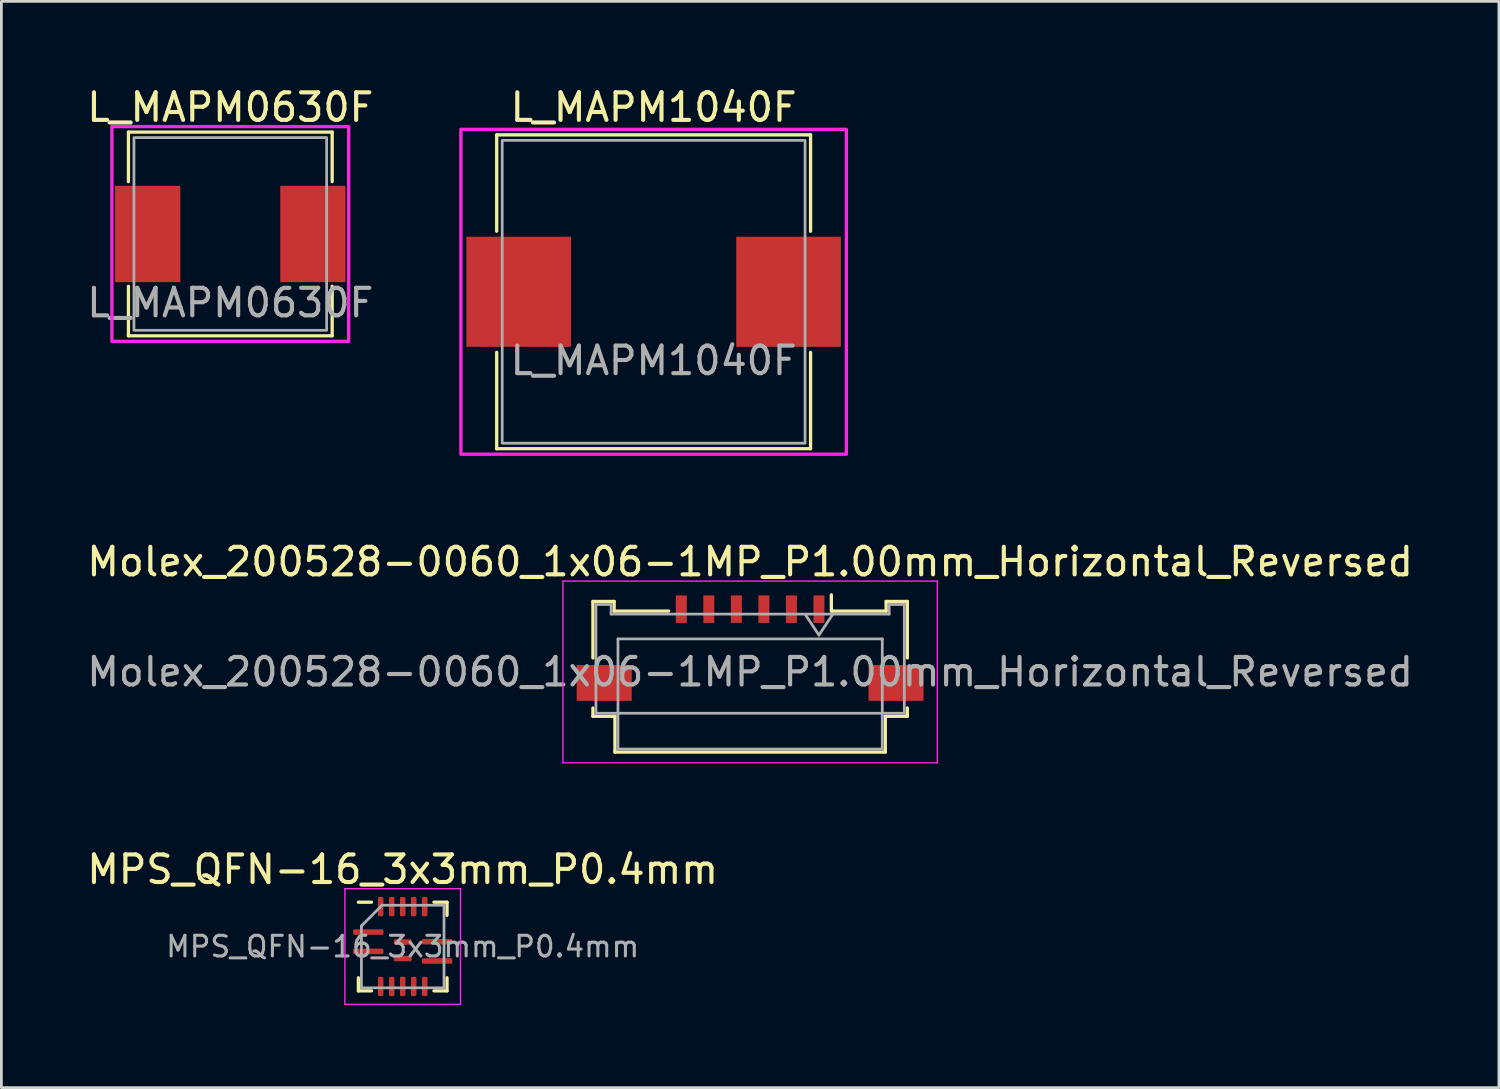
<source format=kicad_pcb>
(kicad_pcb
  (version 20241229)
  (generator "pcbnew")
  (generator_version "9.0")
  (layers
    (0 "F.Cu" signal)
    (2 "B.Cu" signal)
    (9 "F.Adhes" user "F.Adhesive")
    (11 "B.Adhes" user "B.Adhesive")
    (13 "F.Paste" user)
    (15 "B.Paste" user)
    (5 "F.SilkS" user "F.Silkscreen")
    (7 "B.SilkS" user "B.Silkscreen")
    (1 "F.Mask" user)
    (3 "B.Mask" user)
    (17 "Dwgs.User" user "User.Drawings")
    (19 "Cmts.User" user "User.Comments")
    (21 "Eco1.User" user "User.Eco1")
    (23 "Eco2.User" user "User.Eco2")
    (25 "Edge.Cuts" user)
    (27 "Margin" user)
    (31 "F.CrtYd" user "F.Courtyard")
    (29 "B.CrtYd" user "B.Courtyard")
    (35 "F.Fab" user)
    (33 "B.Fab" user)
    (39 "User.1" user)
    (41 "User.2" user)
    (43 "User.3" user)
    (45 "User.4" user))
  (footprint "L_MAPM0630F"
    (layer "F.Cu")
    (at 5.315 5.448)
    (property "Reference" "L_MAPM0630F" (at 0 -4.6 0) (unlocked yes) (layer "F.SilkS") (effects (font (size 1 1) (thickness 0.15))))
    (fp_line (start -3.7 -3.7) (end 3.7 -3.7) (stroke (width 0.12) (type solid)) (layer "F.SilkS"))
    (fp_line (start -3.7 -1.9) (end -3.7 -3.7) (stroke (width 0.12) (type solid)) (layer "F.SilkS"))
    (fp_line (start -3.7 1.9) (end -3.7 3.7) (stroke (width 0.12) (type solid)) (layer "F.SilkS"))
    (fp_line (start -3.7 3.7) (end 3.7 3.7) (stroke (width 0.12) (type solid)) (layer "F.SilkS"))
    (fp_line (start 3.7 -3.7) (end 3.7 -1.9) (stroke (width 0.12) (type solid)) (layer "F.SilkS"))
    (fp_line (start 3.7 3.7) (end 3.7 1.9) (stroke (width 0.12) (type solid)) (layer "F.SilkS"))
    (fp_rect (start -4.3 -3.9) (end 4.3 3.9) (stroke (width 0.12) (type solid)) (fill no) (layer "F.CrtYd"))
    (fp_rect (start -3.5 -3.5) (end 3.5 3.5) (stroke (width 0.1) (type solid)) (fill no) (layer "F.Fab"))
    (fp_text user "${REFERENCE}" (at 0 2.5 0) (unlocked yes) (layer "F.Fab") (effects (font (size 1 1) (thickness 0.15))))
    (pad "1" smd rect (at -3 0) (size 2.37 3.5) (layers "F.Cu" "F.Mask" "F.Paste"))
    (pad "2" smd rect (at 3 0) (size 2.37 3.5) (layers "F.Cu" "F.Mask" "F.Paste")))
  (footprint "Molex_200528-0060_1x06-1MP_P1.00mm_Horizontal_Reversed"
    (layer "F.Cu")
    (at 24.196 19.966)
    (property "Reference" "Molex_200528-0060_1x06-1MP_P1.00mm_Horizontal_Reversed" (at 0 -2.61 0) (layer "F.SilkS") (effects (font (size 1 1) (thickness 0.15))))
    (attr smd)
    (fp_line (start -5.71 -1.17) (end -5.71 0.88) (stroke (width 0.12) (type solid)) (layer "F.SilkS"))
    (fp_line (start -5.71 2.7) (end -5.71 3) (stroke (width 0.12) (type solid)) (layer "F.SilkS"))
    (fp_line (start -5.71 3) (end -4.91 3) (stroke (width 0.12) (type solid)) (layer "F.SilkS"))
    (fp_line (start -4.94 -1.17) (end -5.71 -1.17) (stroke (width 0.12) (type solid)) (layer "F.SilkS"))
    (fp_line (start -4.94 -0.82) (end -4.94 -1.17) (stroke (width 0.12) (type solid)) (layer "F.SilkS"))
    (fp_line (start -4.91 3) (end -4.91 4.3) (stroke (width 0.12) (type solid)) (layer "F.SilkS"))
    (fp_line (start -4.91 4.3) (end 4.91 4.3) (stroke (width 0.12) (type solid)) (layer "F.SilkS"))
    (fp_line (start -2.96 -0.82) (end -4.94 -0.82) (stroke (width 0.12) (type solid)) (layer "F.SilkS"))
    (fp_line (start 2.95 -1.41) (end 2.95 -0.82) (stroke (width 0.12) (type solid)) (layer "F.SilkS"))
    (fp_line (start 4.91 3) (end 5.71 3) (stroke (width 0.12) (type solid)) (layer "F.SilkS"))
    (fp_line (start 4.91 4.3) (end 4.91 3) (stroke (width 0.12) (type solid)) (layer "F.SilkS"))
    (fp_line (start 4.94 -1.17) (end 4.94 -0.82) (stroke (width 0.12) (type solid)) (layer "F.SilkS"))
    (fp_line (start 4.94 -0.82) (end 2.96 -0.82) (stroke (width 0.12) (type solid)) (layer "F.SilkS"))
    (fp_line (start 5.71 -1.17) (end 4.94 -1.17) (stroke (width 0.12) (type solid)) (layer "F.SilkS"))
    (fp_line (start 5.71 0.88) (end 5.71 -1.17) (stroke (width 0.12) (type solid)) (layer "F.SilkS"))
    (fp_line (start 5.71 3) (end 5.71 2.7) (stroke (width 0.12) (type solid)) (layer "F.SilkS"))
    (fp_line (start -6.8 -1.91) (end -6.8 4.69) (stroke (width 0.05) (type solid)) (layer "F.CrtYd"))
    (fp_line (start -6.8 4.69) (end 6.8 4.69) (stroke (width 0.05) (type solid)) (layer "F.CrtYd"))
    (fp_line (start 6.8 -1.91) (end -6.8 -1.91) (stroke (width 0.05) (type solid)) (layer "F.CrtYd"))
    (fp_line (start 6.8 4.69) (end 6.8 -1.91) (stroke (width 0.05) (type solid)) (layer "F.CrtYd"))
    (fp_line (start -5.6 -1.06) (end -5.6 2.89) (stroke (width 0.1) (type solid)) (layer "F.Fab"))
    (fp_line (start -5.6 2.89) (end 5.6 2.89) (stroke (width 0.1) (type solid)) (layer "F.Fab"))
    (fp_line (start -5.05 -1.06) (end -5.6 -1.06) (stroke (width 0.1) (type solid)) (layer "F.Fab"))
    (fp_line (start -5.05 -0.71) (end -5.05 -1.06) (stroke (width 0.1) (type solid)) (layer "F.Fab"))
    (fp_line (start -4.8 0.19) (end -4.8 4.19) (stroke (width 0.1) (type solid)) (layer "F.Fab"))
    (fp_line (start -4.8 4.19) (end 4.8 4.19) (stroke (width 0.1) (type solid)) (layer "F.Fab"))
    (fp_line (start 2 -0.7) (end 2.5 0.05) (stroke (width 0.1) (type solid)) (layer "F.Fab"))
    (fp_line (start 2.5 0.05) (end 3 -0.7) (stroke (width 0.1) (type solid)) (layer "F.Fab"))
    (fp_line (start 4.8 0.19) (end -4.8 0.19) (stroke (width 0.1) (type solid)) (layer "F.Fab"))
    (fp_line (start 4.8 4.19) (end 4.8 0.19) (stroke (width 0.1) (type solid)) (layer "F.Fab"))
    (fp_line (start 5.05 -1.06) (end 5.05 -0.71) (stroke (width 0.1) (type solid)) (layer "F.Fab"))
    (fp_line (start 5.05 -0.71) (end -5.05 -0.71) (stroke (width 0.1) (type solid)) (layer "F.Fab"))
    (fp_line (start 5.6 -1.06) (end 5.05 -1.06) (stroke (width 0.1) (type solid)) (layer "F.Fab"))
    (fp_line (start 5.6 2.89) (end 5.6 -1.06) (stroke (width 0.1) (type solid)) (layer "F.Fab"))
    (fp_text user "${REFERENCE}" (at 0 1.39 0) (layer "F.Fab") (effects (font (size 1 1) (thickness 0.15))))
    (pad "1" smd rect (at 2.5 -0.89 180) (size 0.4 1) (layers "F.Cu" "F.Mask" "F.Paste"))
    (pad "2" smd rect (at 1.5 -0.89 180) (size 0.4 1) (layers "F.Cu" "F.Mask" "F.Paste"))
    (pad "3" smd rect (at 0.5 -0.89 180) (size 0.4 1) (layers "F.Cu" "F.Mask" "F.Paste"))
    (pad "4" smd rect (at -0.5 -0.89 180) (size 0.4 1) (layers "F.Cu" "F.Mask" "F.Paste"))
    (pad "5" smd rect (at -1.5 -0.89 180) (size 0.4 1) (layers "F.Cu" "F.Mask" "F.Paste"))
    (pad "6" smd rect (at -2.5 -0.89 180) (size 0.4 1) (layers "F.Cu" "F.Mask" "F.Paste"))
    (pad "MP" smd rect (at -5.3 1.79) (size 2 1.3) (layers "F.Cu" "F.Mask" "F.Paste"))
    (pad "MP" smd rect (at 5.3 1.79) (size 2 1.3) (layers "F.Cu" "F.Mask" "F.Paste")))
  (footprint "MPS_QFN-16_3x3mm_P0.4mm"
    (layer "F.Cu")
    (at 11.577 31.33)
    (property "Reference" "MPS_QFN-16_3x3mm_P0.4mm" (at 0 -2.8 0) (layer "F.SilkS") (effects (font (size 1 1) (thickness 0.15))))
    (attr smd)
    (fp_line (start -1.61 1.61) (end -1.61 1.135) (stroke (width 0.12) (type solid)) (layer "F.SilkS"))
    (fp_line (start -1.135 -1.61) (end -1.61 -1.61) (stroke (width 0.12) (type solid)) (layer "F.SilkS"))
    (fp_line (start -1.135 1.61) (end -1.61 1.61) (stroke (width 0.12) (type solid)) (layer "F.SilkS"))
    (fp_line (start 1.135 -1.61) (end 1.61 -1.61) (stroke (width 0.12) (type solid)) (layer "F.SilkS"))
    (fp_line (start 1.135 1.61) (end 1.61 1.61) (stroke (width 0.12) (type solid)) (layer "F.SilkS"))
    (fp_line (start 1.61 -1.61) (end 1.61 -1.135) (stroke (width 0.12) (type solid)) (layer "F.SilkS"))
    (fp_line (start 1.61 1.61) (end 1.61 1.135) (stroke (width 0.12) (type solid)) (layer "F.SilkS"))
    (fp_line (start -2.1 -2.1) (end -2.1 2.1) (stroke (width 0.05) (type solid)) (layer "F.CrtYd"))
    (fp_line (start -2.1 2.1) (end 2.1 2.1) (stroke (width 0.05) (type solid)) (layer "F.CrtYd"))
    (fp_line (start 2.1 -2.1) (end -2.1 -2.1) (stroke (width 0.05) (type solid)) (layer "F.CrtYd"))
    (fp_line (start 2.1 2.1) (end 2.1 -2.1) (stroke (width 0.05) (type solid)) (layer "F.CrtYd"))
    (fp_line (start -1.5 -0.75) (end -0.75 -1.5) (stroke (width 0.1) (type solid)) (layer "F.Fab"))
    (fp_line (start -1.5 1.5) (end -1.5 -0.75) (stroke (width 0.1) (type solid)) (layer "F.Fab"))
    (fp_line (start -0.75 -1.5) (end 1.5 -1.5) (stroke (width 0.1) (type solid)) (layer "F.Fab"))
    (fp_line (start 1.5 -1.5) (end 1.5 1.5) (stroke (width 0.1) (type solid)) (layer "F.Fab"))
    (fp_line (start 1.5 1.5) (end -1.5 1.5) (stroke (width 0.1) (type solid)) (layer "F.Fab"))
    (fp_text user "${REFERENCE}" (at 0 0 0) (layer "F.Fab") (effects (font (size 0.75 0.75) (thickness 0.11))))
    (pad "1" smd roundrect (at -1.25 -0.525) (size 1.1 0.2) (layers "F.Cu" "F.Mask" "F.Paste") (roundrect_rratio 0.25))
    (pad "2" smd roundrect (at -1.25 0.175) (size 1.1 0.2) (layers "F.Cu" "F.Mask" "F.Paste") (roundrect_rratio 0.25))
    (pad "3" smd roundrect (at -0.8 1.45 90) (size 0.7 0.2) (layers "F.Cu" "F.Mask" "F.Paste") (roundrect_rratio 0.25))
    (pad "4" smd roundrect (at -0.4 1.45 90) (size 0.7 0.2) (layers "F.Cu" "F.Mask" "F.Paste") (roundrect_rratio 0.25))
    (pad "5" smd roundrect (at 0 1.45) (size 0.2 0.7) (layers "F.Cu" "F.Mask" "F.Paste") (roundrect_rratio 0.25))
    (pad "6" smd roundrect (at 0.4 1.45) (size 0.2 0.7) (layers "F.Cu" "F.Mask" "F.Paste") (roundrect_rratio 0.25))
    (pad "7" smd roundrect (at 0.8 1.45) (size 0.2 0.7) (layers "F.Cu" "F.Mask" "F.Paste") (roundrect_rratio 0.25))
    (pad "8" smd roundrect (at 1.25 0.525 90) (size 0.2 1.1) (layers "F.Cu" "F.Mask" "F.Paste") (roundrect_rratio 0.25))
    (pad "9" smd roundrect (at 1.25 -0.175) (size 1.1 0.2) (layers "F.Cu" "F.Mask" "F.Paste") (roundrect_rratio 0.25))
    (pad "10" smd roundrect (at 0.8 -1.45 90) (size 0.7 0.2) (layers "F.Cu" "F.Mask" "F.Paste") (roundrect_rratio 0.25))
    (pad "11" smd roundrect (at 0.4 -1.45) (size 0.2 0.7) (layers "F.Cu" "F.Mask" "F.Paste") (roundrect_rratio 0.25))
    (pad "12" smd roundrect (at 0 -1.45) (size 0.2 0.7) (layers "F.Cu" "F.Mask" "F.Paste") (roundrect_rratio 0.25))
    (pad "13" smd roundrect (at -0.4 -1.45) (size 0.2 0.7) (layers "F.Cu" "F.Mask" "F.Paste") (roundrect_rratio 0.25))
    (pad "14" smd roundrect (at -0.8 -1.45) (size 0.2 0.7) (layers "F.Cu" "F.Mask" "F.Paste") (roundrect_rratio 0.25))
    (pad "15" smd roundrect (at 0 -0.165) (size 0.65 0.2) (layers "F.Cu" "F.Mask" "F.Paste") (roundrect_rratio 0.25))
    (pad "16" smd roundrect (at 0 0.435) (size 0.65 0.2) (layers "F.Cu" "F.Mask" "F.Paste") (roundrect_rratio 0.25)))
  (footprint "L_MAPM1040F"
    (layer "F.Cu")
    (at 20.691 7.548)
    (property "Reference" "L_MAPM1040F" (at 0 -6.7 0) (unlocked yes) (layer "F.SilkS") (effects (font (size 1 1) (thickness 0.15))))
    (fp_line (start -5.7 -5.7) (end 5.7 -5.7) (stroke (width 0.12) (type solid)) (layer "F.SilkS"))
    (fp_line (start -5.7 -2.2) (end -5.7 -5.7) (stroke (width 0.12) (type solid)) (layer "F.SilkS"))
    (fp_line (start -5.7 5.7) (end -5.7 2.2) (stroke (width 0.12) (type solid)) (layer "F.SilkS"))
    (fp_line (start 5.7 -5.7) (end 5.7 -2.2) (stroke (width 0.12) (type solid)) (layer "F.SilkS"))
    (fp_line (start 5.7 2.2) (end 5.7 5.7) (stroke (width 0.12) (type solid)) (layer "F.SilkS"))
    (fp_line (start 5.7 5.7) (end -5.7 5.7) (stroke (width 0.12) (type solid)) (layer "F.SilkS"))
    (fp_rect (start -7 -5.9) (end 7 5.9) (stroke (width 0.12) (type solid)) (fill no) (layer "F.CrtYd"))
    (fp_rect (start -5.5 -5.5) (end 5.5 5.5) (stroke (width 0.1) (type solid)) (fill no) (layer "F.Fab"))
    (fp_text user "${REFERENCE}" (at 0 2.5 0) (unlocked yes) (layer "F.Fab") (effects (font (size 1 1) (thickness 0.15))))
    (pad "1" smd rect (at -4.9 0) (size 3.8 4) (layers "F.Cu" "F.Mask" "F.Paste"))
    (pad "2" smd rect (at 4.9 0) (size 3.8 4) (layers "F.Cu" "F.Mask" "F.Paste")))
  (gr_rect
    (start -3 -3)
    (end 51.393 36.455)
    (stroke (width 0.1) (type default))
    (fill no)
    (layer "Edge.Cuts")))
</source>
